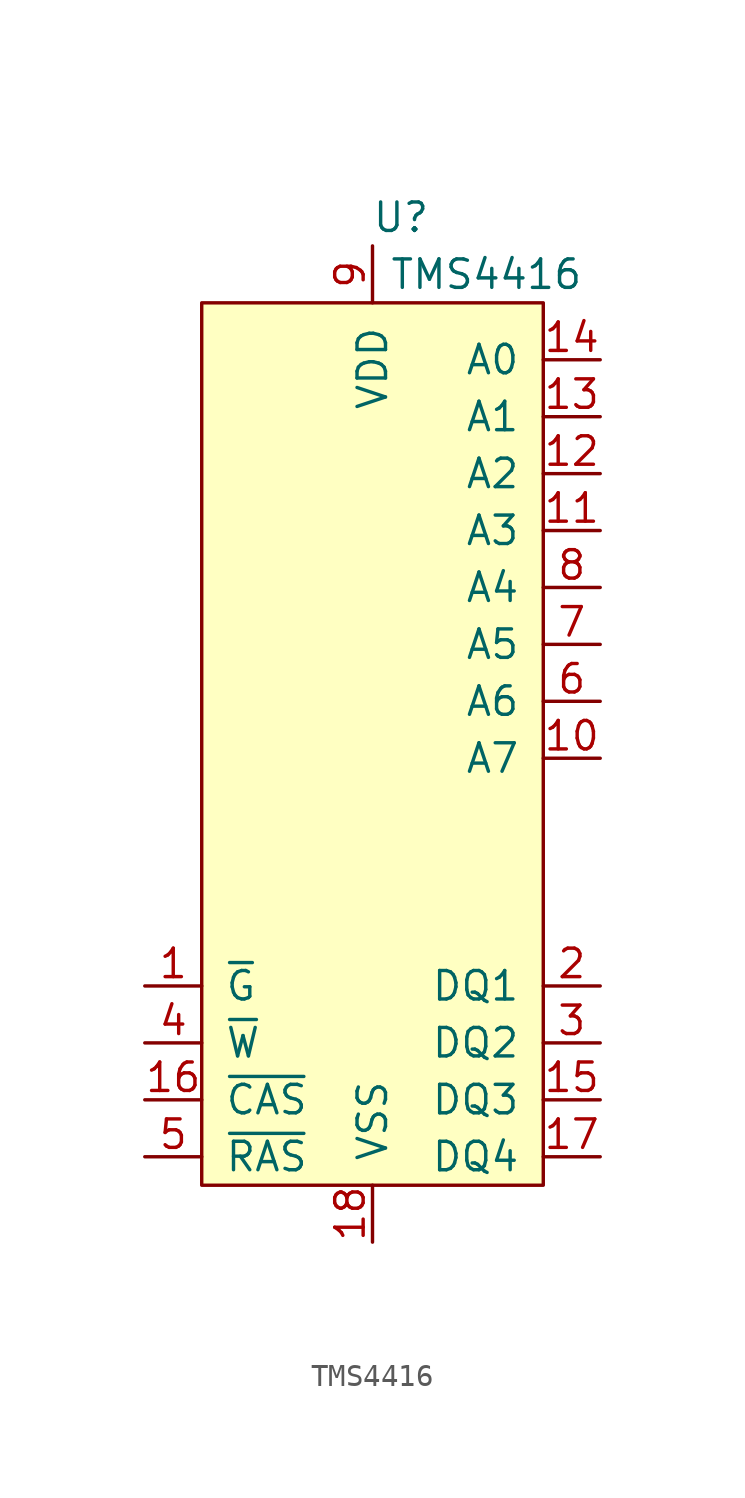
<source format=kicad_sym>
(kicad_symbol_lib
  (version 20211014)
  (generator kicad_symbol_editor)
  (symbol "TMS4416"
    (pin_names
      (offset 1.016))
    (property "Reference" "U"
      (at 1.27 7.62 0)
      (effects (font (size 1.27 1.27))))
    (property "Value" "TMS4416"
      (at 5.08 5.08 0)
      (effects (font (size 1.27 1.27))))
    (symbol "TMS4416_0_1"
      (rectangle (start -7.62 3.81) (end 7.62 -35.56) (stroke (width 0) (type default) (color 0 0 0 0)) (fill (type background))))
    (symbol "TMS4416_1_1"
      (pin input line (at -10.16 -26.67 0) (length 2.54) (name "~{G}" (effects (font (size 1.27 1.27)))) (number "1" (effects (font (size 1.27 1.27)))))
      (pin input line (at 10.16 -16.51 180) (length 2.54) (name "A7" (effects (font (size 1.27 1.27)))) (number "10" (effects (font (size 1.27 1.27)))))
      (pin input line (at 10.16 -6.35 180) (length 2.54) (name "A3" (effects (font (size 1.27 1.27)))) (number "11" (effects (font (size 1.27 1.27)))))
      (pin input line (at 10.16 -3.81 180) (length 2.54) (name "A2" (effects (font (size 1.27 1.27)))) (number "12" (effects (font (size 1.27 1.27)))))
      (pin input line (at 10.16 -1.27 180) (length 2.54) (name "A1" (effects (font (size 1.27 1.27)))) (number "13" (effects (font (size 1.27 1.27)))))
      (pin input line (at 10.16 1.27 180) (length 2.54) (name "A0" (effects (font (size 1.27 1.27)))) (number "14" (effects (font (size 1.27 1.27)))))
      (pin bidirectional line (at 10.16 -31.75 180) (length 2.54) (name "DQ3" (effects (font (size 1.27 1.27)))) (number "15" (effects (font (size 1.27 1.27)))))
      (pin input line (at -10.16 -31.75 0) (length 2.54) (name "~{CAS}" (effects (font (size 1.27 1.27)))) (number "16" (effects (font (size 1.27 1.27)))))
      (pin bidirectional line (at 10.16 -34.29 180) (length 2.54) (name "DQ4" (effects (font (size 1.27 1.27)))) (number "17" (effects (font (size 1.27 1.27)))))
      (pin power_in line (at 0 -38.1 90) (length 2.54) (name "VSS" (effects (font (size 1.27 1.27)))) (number "18" (effects (font (size 1.27 1.27)))))
      (pin bidirectional line (at 10.16 -26.67 180) (length 2.54) (name "DQ1" (effects (font (size 1.27 1.27)))) (number "2" (effects (font (size 1.27 1.27)))))
      (pin bidirectional line (at 10.16 -29.21 180) (length 2.54) (name "DQ2" (effects (font (size 1.27 1.27)))) (number "3" (effects (font (size 1.27 1.27)))))
      (pin input line (at -10.16 -29.21 0) (length 2.54) (name "~{W}" (effects (font (size 1.27 1.27)))) (number "4" (effects (font (size 1.27 1.27)))))
      (pin input line (at -10.16 -34.29 0) (length 2.54) (name "~{RAS}" (effects (font (size 1.27 1.27)))) (number "5" (effects (font (size 1.27 1.27)))))
      (pin input line (at 10.16 -13.97 180) (length 2.54) (name "A6" (effects (font (size 1.27 1.27)))) (number "6" (effects (font (size 1.27 1.27)))))
      (pin input line (at 10.16 -11.43 180) (length 2.54) (name "A5" (effects (font (size 1.27 1.27)))) (number "7" (effects (font (size 1.27 1.27)))))
      (pin input line (at 10.16 -8.89 180) (length 2.54) (name "A4" (effects (font (size 1.27 1.27)))) (number "8" (effects (font (size 1.27 1.27)))))
      (pin power_in line (at 0 6.35 270) (length 2.54) (name "VDD" (effects (font (size 1.27 1.27)))) (number "9" (effects (font (size 1.27 1.27))))))))
</source>
